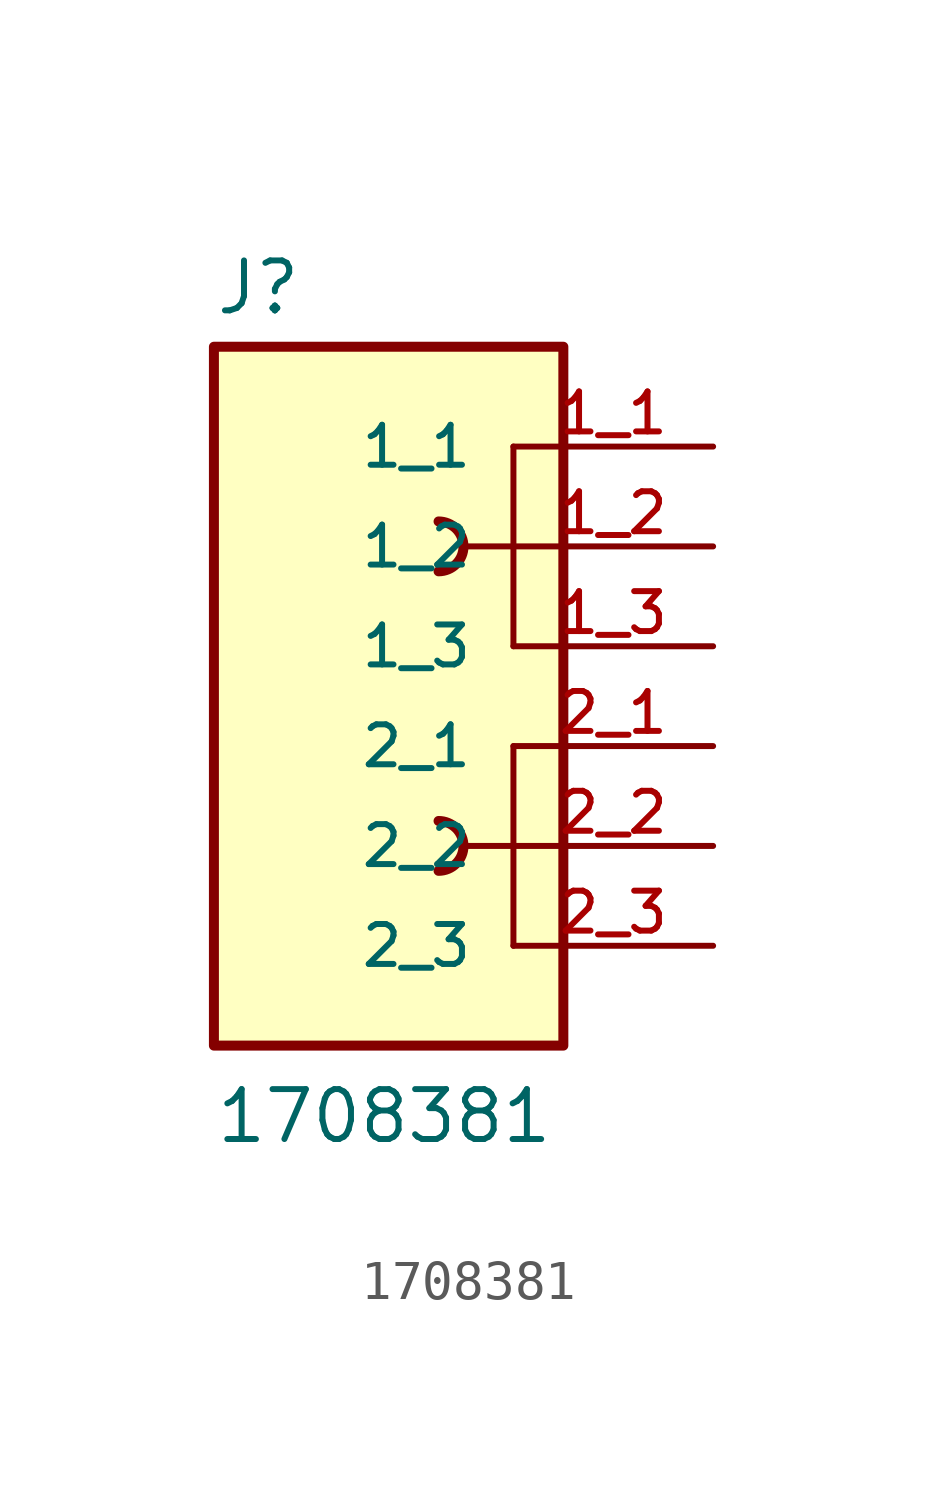
<source format=kicad_sym>
(kicad_symbol_lib
  (version 20211014)
  (generator kicad_symbol_editor)
  (symbol "1708381"
    (pin_names
      (offset 1.016))
    (property "Reference" "J"
      (at -5.08 8.382 0)
      (effects (font (size 1.27 1.27)) (justify bottom left)))
    (property "Value" "1708381"
      (at -5.08 -12.7 0)
      (effects (font (size 1.27 1.27)) (justify bottom left)))
    (symbol "1708381_0_0"
      (arc (start 1.27 2.54) (mid 1.084 2.989) (end 0.635 3.175) (stroke (width 0.254) (type default) (color 0 0 0 0)) (fill (type none)))
      (arc (start 0.635 1.905) (mid 1.084 2.091) (end 1.27 2.54) (stroke (width 0.254) (type default) (color 0 0 0 0)) (fill (type none)))
      (polyline (pts (xy 2.54 5.08) (xy 2.54 2.54)) (stroke (width 0.152)))
      (polyline (pts (xy 2.54 2.54) (xy 2.54 0.0)) (stroke (width 0.152)))
      (polyline (pts (xy 2.54 2.54) (xy 1.27 2.54)) (stroke (width 0.152)))
      (arc (start 1.27 -5.08) (mid 1.084 -4.631) (end 0.635 -4.445) (stroke (width 0.254) (type default) (color 0 0 0 0)) (fill (type none)))
      (arc (start 0.635 -5.715) (mid 1.084 -5.529) (end 1.27 -5.08) (stroke (width 0.254) (type default) (color 0 0 0 0)) (fill (type none)))
      (polyline (pts (xy 2.54 -2.54) (xy 2.54 -5.08)) (stroke (width 0.152)))
      (polyline (pts (xy 2.54 -5.08) (xy 2.54 -7.62)) (stroke (width 0.152)))
      (polyline (pts (xy 2.54 -5.08) (xy 1.27 -5.08)) (stroke (width 0.152)))
      (rectangle (start -5.08 -10.16) (end 3.81 7.62) (stroke (width 0.254)) (fill (type background)))
      (pin passive line (at 7.62 5.08 180.0) (length 5.08) (name "1_1" (effects (font (size 1.016 1.016)))) (number "1_1" (effects (font (size 1.016 1.016)))))
      (pin passive line (at 7.62 2.54 180.0) (length 5.08) (name "1_2" (effects (font (size 1.016 1.016)))) (number "1_2" (effects (font (size 1.016 1.016)))))
      (pin passive line (at 7.62 0.0 180.0) (length 5.08) (name "1_3" (effects (font (size 1.016 1.016)))) (number "1_3" (effects (font (size 1.016 1.016)))))
      (pin passive line (at 7.62 -2.54 180.0) (length 5.08) (name "2_1" (effects (font (size 1.016 1.016)))) (number "2_1" (effects (font (size 1.016 1.016)))))
      (pin passive line (at 7.62 -5.08 180.0) (length 5.08) (name "2_2" (effects (font (size 1.016 1.016)))) (number "2_2" (effects (font (size 1.016 1.016)))))
      (pin passive line (at 7.62 -7.62 180.0) (length 5.08) (name "2_3" (effects (font (size 1.016 1.016)))) (number "2_3" (effects (font (size 1.016 1.016))))))))
</source>
